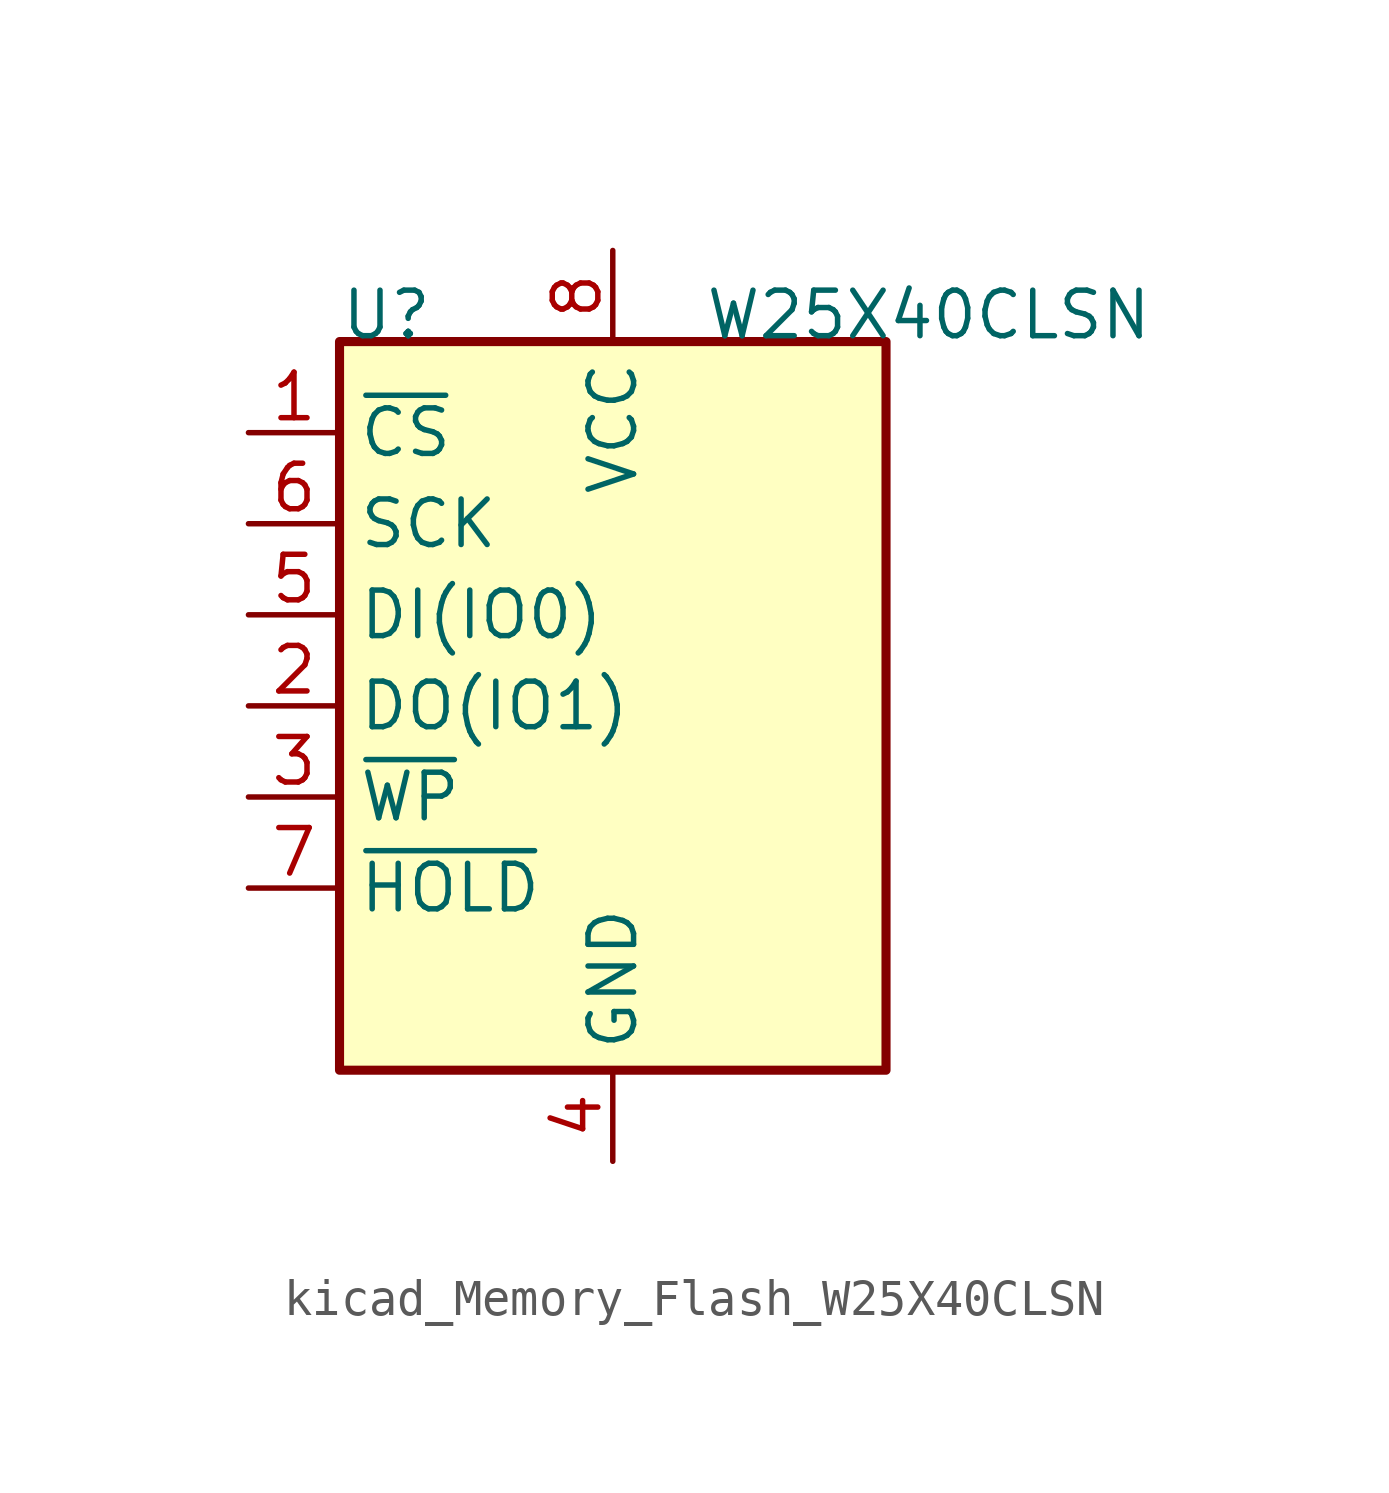
<source format=kicad_sym>
(kicad_symbol_lib
  (version 20220914)
  (generator kicad_symbol_editor)
  (symbol "kicad_Memory_Flash_W25X40CLSN"
    (property "Reference" "U"
      (at -7.62 10.16 0)
      (effects (font (size 1.27 1.27)) (justify left bottom)))
    (property "Value" "W25X40CLSN"
      (at 2.54 10.16 0)
      (effects (font (size 1.27 1.27)) (justify left bottom)))
    (symbol "kicad_Memory_Flash_W25X40CLSN_0_1"
      (rectangle (start -7.62 10.16) (end 7.62 -10.16) (stroke (width 0.254) (type default)) (fill (type background))))
    (symbol "kicad_Memory_Flash_W25X40CLSN_1_1"
      (pin input line (at -10.16 7.62 0) (length 2.54) (name "~{CS}" (effects (font (size 1.27 1.27)))) (number "1" (effects (font (size 1.27 1.27)))))
      (pin bidirectional line (at -10.16 0 0) (length 2.54) (name "DO(IO1)" (effects (font (size 1.27 1.27)))) (number "2" (effects (font (size 1.27 1.27)))))
      (pin bidirectional line (at -10.16 -2.54 0) (length 2.54) (name "~{WP}" (effects (font (size 1.27 1.27)))) (number "3" (effects (font (size 1.27 1.27)))))
      (pin power_in line (at 0 -12.7 90) (length 2.54) (name "GND" (effects (font (size 1.27 1.27)))) (number "4" (effects (font (size 1.27 1.27)))))
      (pin bidirectional line (at -10.16 2.54 0) (length 2.54) (name "DI(IO0)" (effects (font (size 1.27 1.27)))) (number "5" (effects (font (size 1.27 1.27)))))
      (pin input line (at -10.16 5.08 0) (length 2.54) (name "SCK" (effects (font (size 1.27 1.27)))) (number "6" (effects (font (size 1.27 1.27)))))
      (pin bidirectional line (at -10.16 -5.08 0) (length 2.54) (name "~{HOLD}" (effects (font (size 1.27 1.27)))) (number "7" (effects (font (size 1.27 1.27)))))
      (pin power_in line (at 0 12.7 270) (length 2.54) (name "VCC" (effects (font (size 1.27 1.27)))) (number "8" (effects (font (size 1.27 1.27))))))))
</source>
